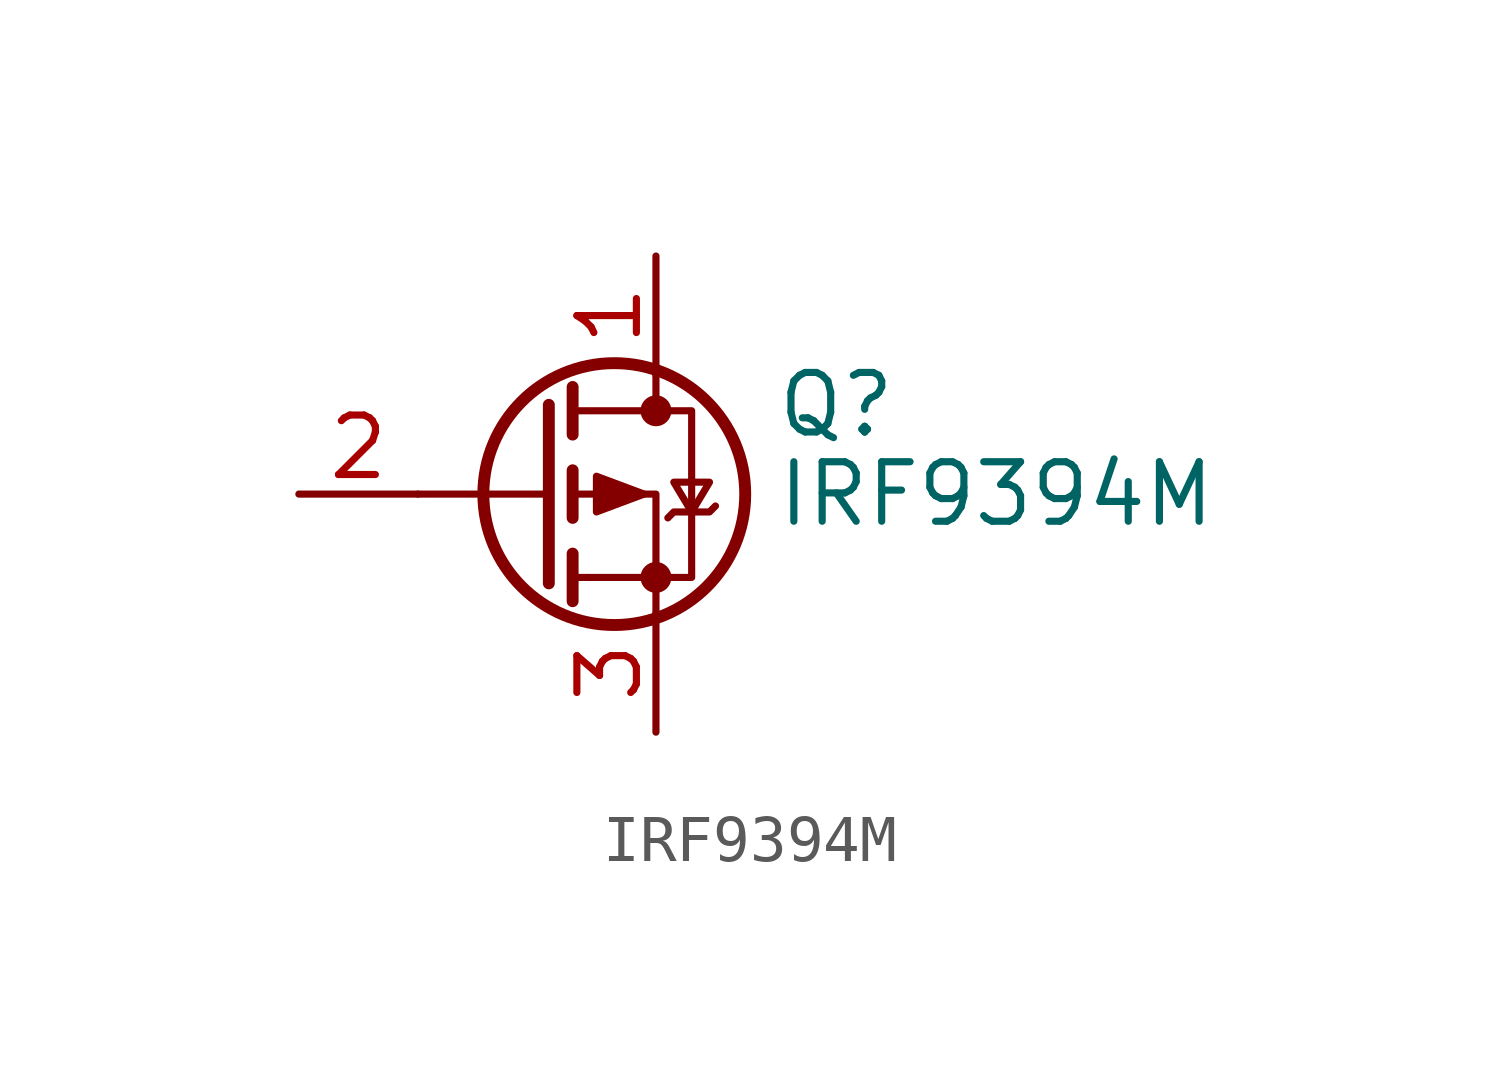
<source format=kicad_sym>
(kicad_symbol_lib
  (version 20211014)
  (generator kicad_symbol_editor)
  (symbol "IRF9394M"
    (pin_names hide)
    (property "Reference" "Q"
      (at 5.08 1.905 0)
      (effects (font (size 1.27 1.27)) (justify left)))
    (property "Value" "IRF9394M"
      (at 5.08 0 0)
      (effects (font (size 1.27 1.27)) (justify left)))
    (symbol "IRF9394M_0_1"
      (polyline (pts (xy 0.254 0) (xy -2.54 0)) (stroke (width 0) (type default) (color 0 0 0 0)) (fill (type none)))
      (polyline (pts (xy 0.254 1.905) (xy 0.254 -1.905)) (stroke (width 0.254) (type default) (color 0 0 0 0)) (fill (type none)))
      (polyline (pts (xy 0.762 -1.27) (xy 0.762 -2.286)) (stroke (width 0.254) (type default) (color 0 0 0 0)) (fill (type none)))
      (polyline (pts (xy 0.762 0.508) (xy 0.762 -0.508)) (stroke (width 0.254) (type default) (color 0 0 0 0)) (fill (type none)))
      (polyline (pts (xy 0.762 2.286) (xy 0.762 1.27)) (stroke (width 0.254) (type default) (color 0 0 0 0)) (fill (type none)))
      (polyline (pts (xy 2.54 2.54) (xy 2.54 1.778)) (stroke (width 0) (type default) (color 0 0 0 0)) (fill (type none)))
      (polyline (pts (xy 2.54 -2.54) (xy 2.54 0) (xy 0.762 0)) (stroke (width 0) (type default) (color 0 0 0 0)) (fill (type none)))
      (polyline (pts (xy 0.762 1.778) (xy 3.302 1.778) (xy 3.302 -1.778) (xy 0.762 -1.778)) (stroke (width 0) (type default) (color 0 0 0 0)) (fill (type none)))
      (polyline (pts (xy 2.286 0) (xy 1.27 0.381) (xy 1.27 -0.381) (xy 2.286 0)) (stroke (width 0) (type default) (color 0 0 0 0)) (fill (type outline)))
      (polyline (pts (xy 2.794 -0.508) (xy 2.921 -0.381) (xy 3.683 -0.381) (xy 3.81 -0.254)) (stroke (width 0) (type default) (color 0 0 0 0)) (fill (type none)))
      (polyline (pts (xy 3.302 -0.381) (xy 2.921 0.254) (xy 3.683 0.254) (xy 3.302 -0.381)) (stroke (width 0) (type default) (color 0 0 0 0)) (fill (type none)))
      (circle (center 1.651 0) (radius 2.794) (stroke (width 0.254) (type default) (color 0 0 0 0)) (fill (type none)))
      (circle (center 2.54 -1.778) (radius 0.254) (stroke (width 0) (type default) (color 0 0 0 0)) (fill (type outline)))
      (circle (center 2.54 1.778) (radius 0.254) (stroke (width 0) (type default) (color 0 0 0 0)) (fill (type outline))))
    (symbol "IRF9394M_1_1"
      (pin passive line (at 2.54 5.08 270) (length 2.54) (name "D" (effects (font (size 1.27 1.27)))) (number "1" (effects (font (size 1.27 1.27)))))
      (pin input line (at -5.08 0 0) (length 2.54) (name "G" (effects (font (size 1.27 1.27)))) (number "2" (effects (font (size 1.27 1.27)))))
      (pin passive line (at 2.54 -5.08 90) (length 2.54) (name "S" (effects (font (size 1.27 1.27)))) (number "3" (effects (font (size 1.27 1.27))))))))
</source>
